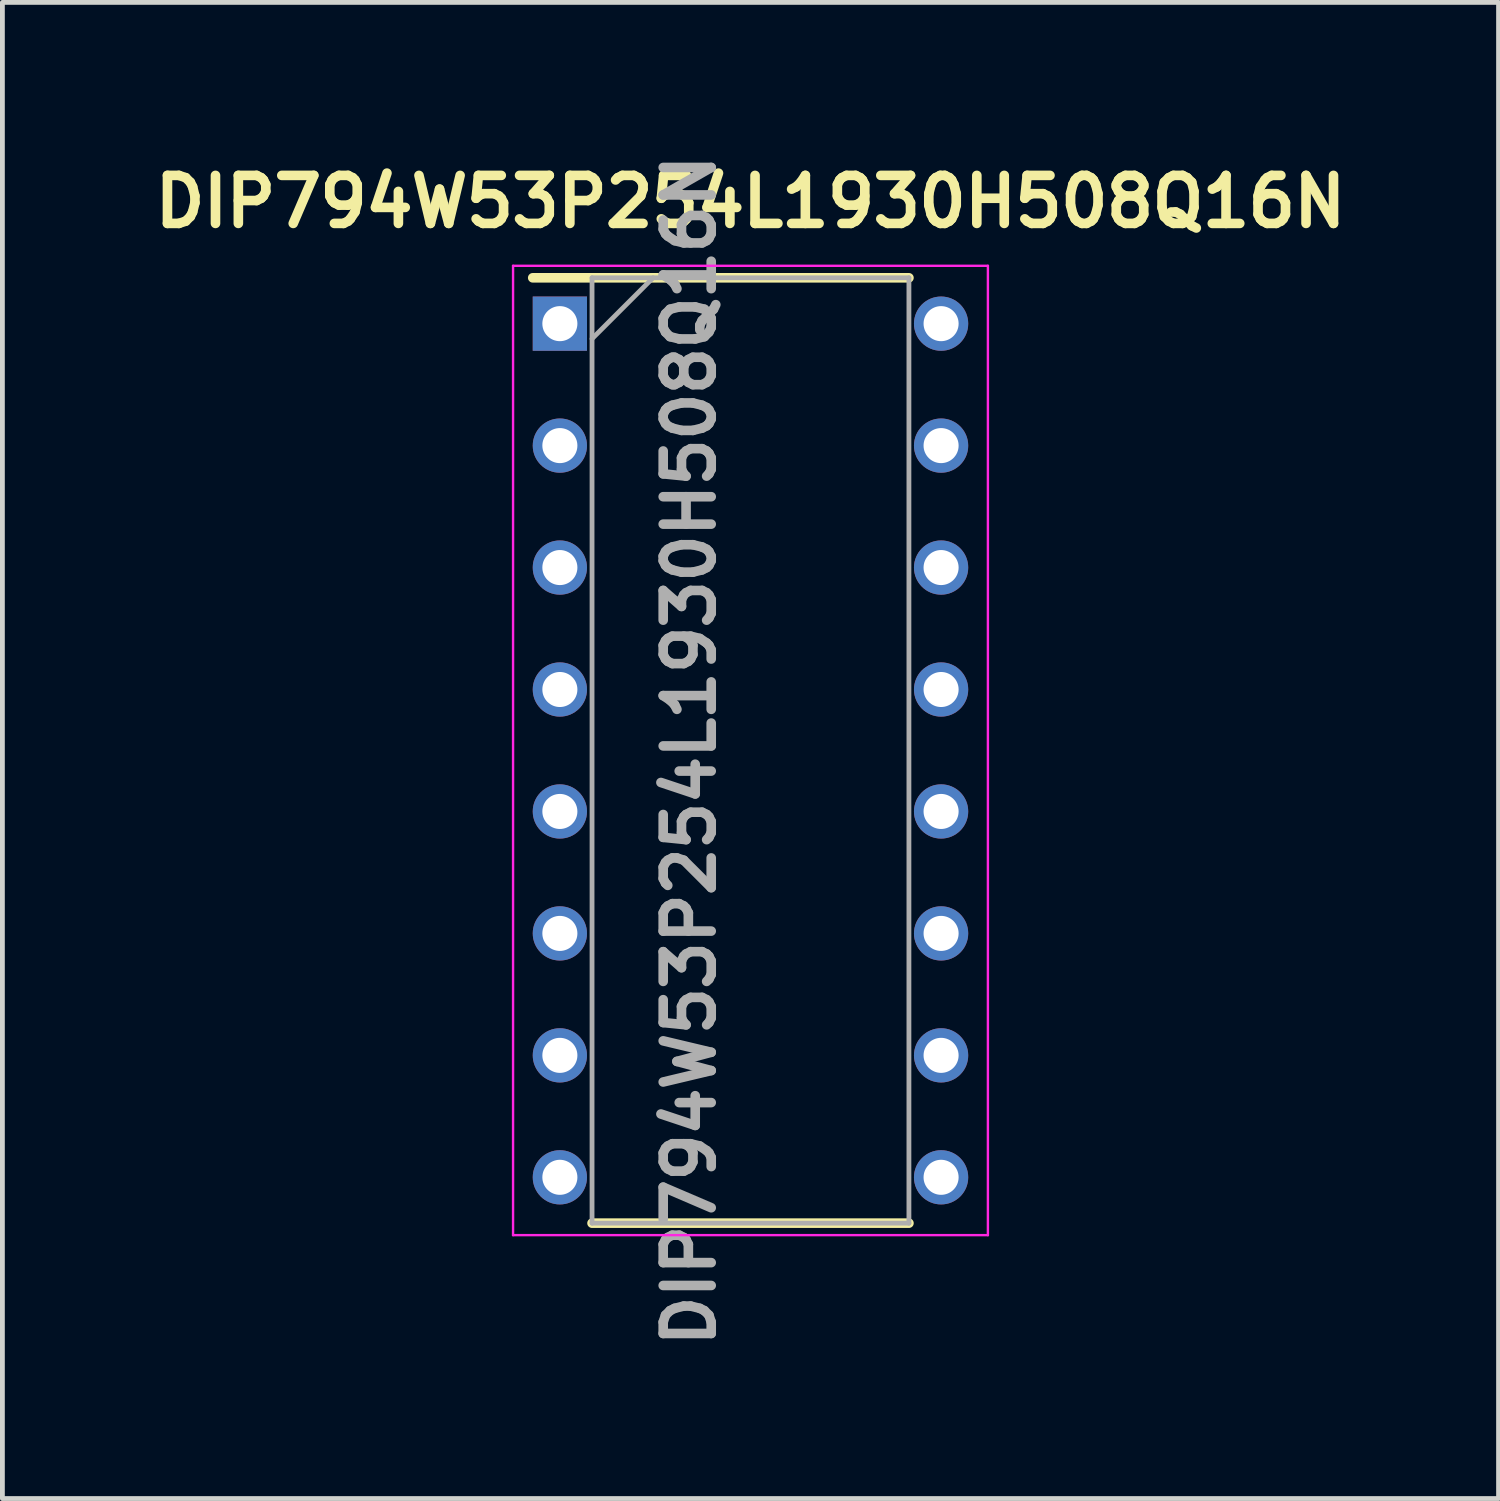
<source format=kicad_pcb>
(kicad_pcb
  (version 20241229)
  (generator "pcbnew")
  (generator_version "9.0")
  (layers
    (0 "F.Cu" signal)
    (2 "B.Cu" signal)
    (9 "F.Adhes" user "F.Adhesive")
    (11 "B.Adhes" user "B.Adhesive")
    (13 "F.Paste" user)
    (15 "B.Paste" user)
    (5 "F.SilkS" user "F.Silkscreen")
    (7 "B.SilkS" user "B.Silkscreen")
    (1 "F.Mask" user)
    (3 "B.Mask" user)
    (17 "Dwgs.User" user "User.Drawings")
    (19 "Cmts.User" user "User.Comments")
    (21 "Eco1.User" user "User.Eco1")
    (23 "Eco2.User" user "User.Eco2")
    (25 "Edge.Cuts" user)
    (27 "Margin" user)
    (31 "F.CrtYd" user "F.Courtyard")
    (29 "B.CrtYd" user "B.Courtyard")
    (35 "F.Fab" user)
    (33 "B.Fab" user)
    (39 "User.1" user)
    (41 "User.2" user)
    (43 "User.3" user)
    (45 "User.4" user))
  (footprint "DIP794W53P254L1930H508Q16N"
    (layer "F.Cu")
    (at 12.581 12.581)
    (property "Reference" "DIP794W53P254L1930H508Q16N" (at 0 -11.43 0) (layer "F.SilkS") (effects (font (size 1 1) (thickness 0.2))))
    (attr through_hole)
    (fp_line (start -4.535 -9.845) (end 3.3 -9.845) (stroke (width 0.2) (type solid)) (layer "F.SilkS"))
    (fp_line (start -3.3 9.845) (end 3.3 9.845) (stroke (width 0.2) (type solid)) (layer "F.SilkS"))
    (fp_line (start -4.945 -10.095) (end 4.945 -10.095) (stroke (width 0.05) (type solid)) (layer "F.CrtYd"))
    (fp_line (start -4.945 10.095) (end -4.945 -10.095) (stroke (width 0.05) (type solid)) (layer "F.CrtYd"))
    (fp_line (start 4.945 -10.095) (end 4.945 10.095) (stroke (width 0.05) (type solid)) (layer "F.CrtYd"))
    (fp_line (start 4.945 10.095) (end -4.945 10.095) (stroke (width 0.05) (type solid)) (layer "F.CrtYd"))
    (fp_line (start -3.3 -9.845) (end 3.3 -9.845) (stroke (width 0.1) (type solid)) (layer "F.Fab"))
    (fp_line (start -3.3 -8.575) (end -2.03 -9.845) (stroke (width 0.1) (type solid)) (layer "F.Fab"))
    (fp_line (start -3.3 9.845) (end -3.3 -9.845) (stroke (width 0.1) (type solid)) (layer "F.Fab"))
    (fp_line (start 3.3 -9.845) (end 3.3 9.845) (stroke (width 0.1) (type solid)) (layer "F.Fab"))
    (fp_line (start 3.3 9.845) (end -3.3 9.845) (stroke (width 0.1) (type solid)) (layer "F.Fab"))
    (fp_text user "${REFERENCE}" (at -1.27 0 90) (layer "F.Fab") (effects (font (size 1 1) (thickness 0.2))))
    (pad "1" thru_hole rect (at -3.97 -8.89) (size 1.13 1.13) (drill 0.73) (layers "*.Cu" "*.Mask"))
    (pad "2" thru_hole circle (at -3.97 -6.35) (size 1.13 1.13) (drill 0.73) (layers "*.Cu" "*.Mask"))
    (pad "3" thru_hole circle (at -3.97 -3.81) (size 1.13 1.13) (drill 0.73) (layers "*.Cu" "*.Mask"))
    (pad "4" thru_hole circle (at -3.97 -1.27) (size 1.13 1.13) (drill 0.73) (layers "*.Cu" "*.Mask"))
    (pad "5" thru_hole circle (at -3.97 1.27) (size 1.13 1.13) (drill 0.73) (layers "*.Cu" "*.Mask"))
    (pad "6" thru_hole circle (at -3.97 3.81) (size 1.13 1.13) (drill 0.73) (layers "*.Cu" "*.Mask"))
    (pad "7" thru_hole circle (at -3.97 6.35) (size 1.13 1.13) (drill 0.73) (layers "*.Cu" "*.Mask"))
    (pad "8" thru_hole circle (at -3.97 8.89) (size 1.13 1.13) (drill 0.73) (layers "*.Cu" "*.Mask"))
    (pad "9" thru_hole circle (at 3.97 8.89) (size 1.13 1.13) (drill 0.73) (layers "*.Cu" "*.Mask"))
    (pad "10" thru_hole circle (at 3.97 6.35) (size 1.13 1.13) (drill 0.73) (layers "*.Cu" "*.Mask"))
    (pad "11" thru_hole circle (at 3.97 3.81) (size 1.13 1.13) (drill 0.73) (layers "*.Cu" "*.Mask"))
    (pad "12" thru_hole circle (at 3.97 1.27) (size 1.13 1.13) (drill 0.73) (layers "*.Cu" "*.Mask"))
    (pad "13" thru_hole circle (at 3.97 -1.27) (size 1.13 1.13) (drill 0.73) (layers "*.Cu" "*.Mask"))
    (pad "14" thru_hole circle (at 3.97 -3.81) (size 1.13 1.13) (drill 0.73) (layers "*.Cu" "*.Mask"))
    (pad "15" thru_hole circle (at 3.97 -6.35) (size 1.13 1.13) (drill 0.73) (layers "*.Cu" "*.Mask"))
    (pad "16" thru_hole circle (at 3.97 -8.89) (size 1.13 1.13) (drill 0.73) (layers "*.Cu" "*.Mask")))
  (gr_rect
    (start -3 -3)
    (end 28.162 28.162)
    (stroke (width 0.1) (type default))
    (fill no)
    (layer "Edge.Cuts")))
</source>
